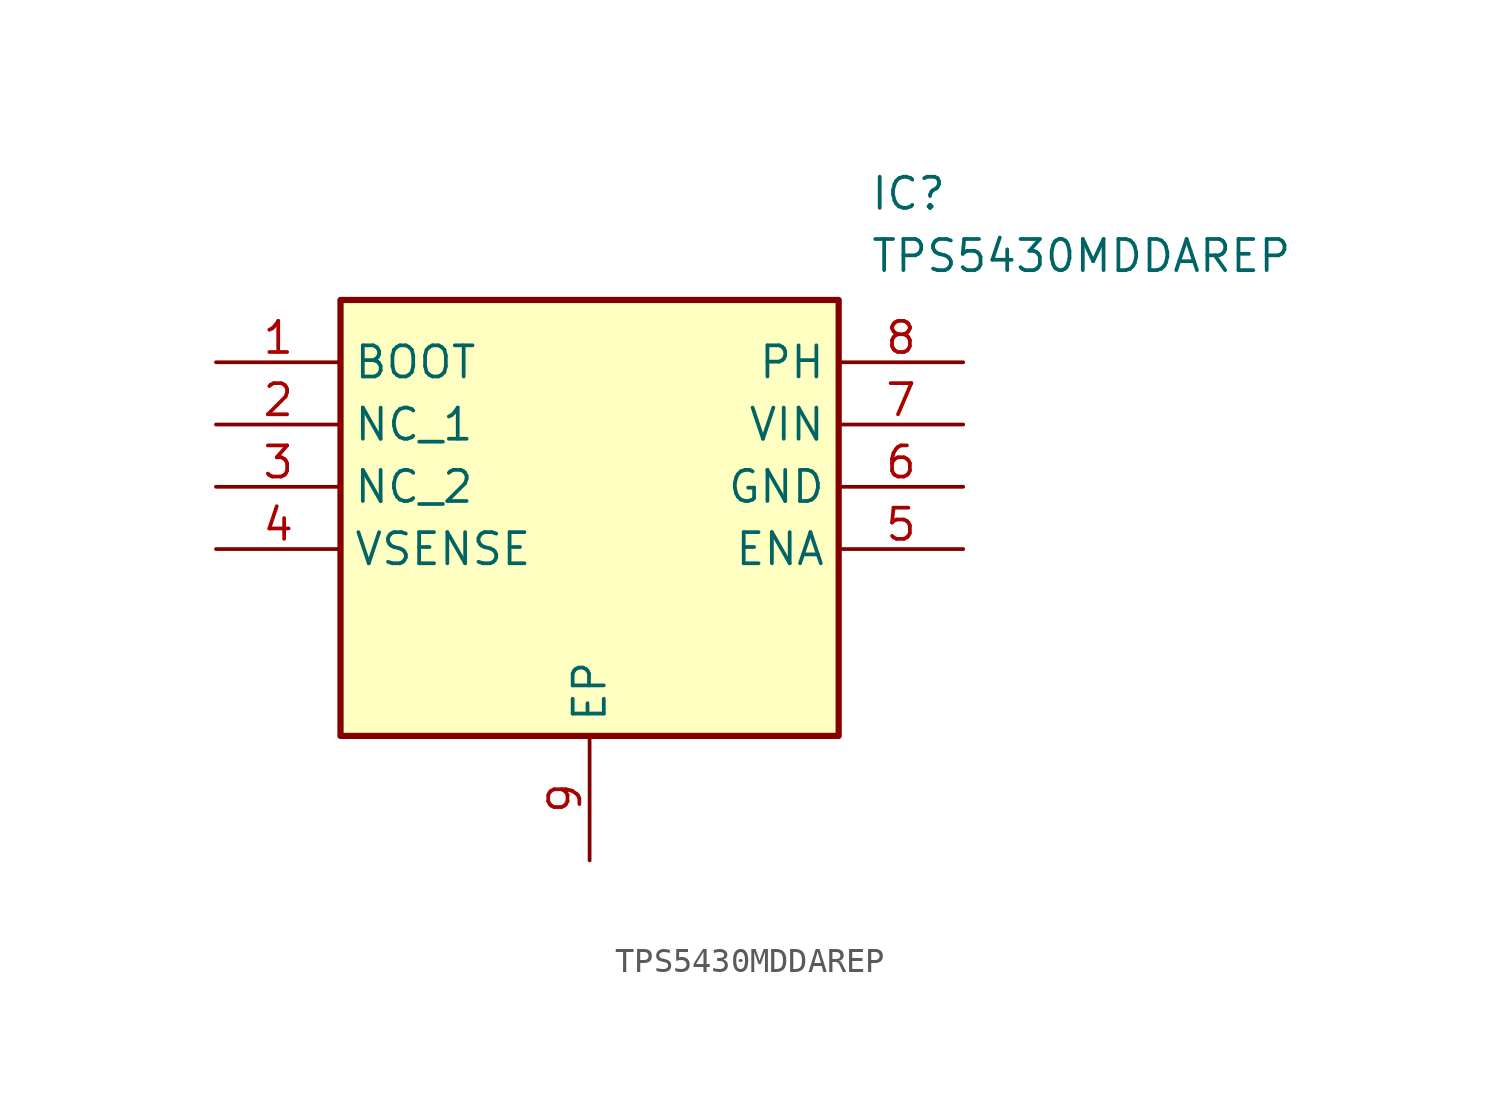
<source format=kicad_sym>
(kicad_symbol_lib
  (version 20211014)
  (generator SamacSys_ECAD_Model)
  (symbol "TPS5430MDDAREP"
    (property "Reference" "IC"
      (at 26.67 7.62 0)
      (effects (font (size 1.27 1.27)) (justify left top)))
    (property "Value" "TPS5430MDDAREP"
      (at 26.67 5.08 0)
      (effects (font (size 1.27 1.27)) (justify left top)))
    (rectangle
      (start 5.08 2.54)
      (end 25.4 -15.24)
      (stroke (width 0.254) (type default))
      (fill (type background)))
    (pin passive line
      (at 0 0 0)
      (length 5.08)
      (name "BOOT" (effects (font (size 1.27 1.27))))
      (number "1" (effects (font (size 1.27 1.27)))))
    (pin passive line
      (at 0 -2.54 0)
      (length 5.08)
      (name "NC_1" (effects (font (size 1.27 1.27))))
      (number "2" (effects (font (size 1.27 1.27)))))
    (pin passive line
      (at 0 -5.08 0)
      (length 5.08)
      (name "NC_2" (effects (font (size 1.27 1.27))))
      (number "3" (effects (font (size 1.27 1.27)))))
    (pin passive line
      (at 0 -7.62 0)
      (length 5.08)
      (name "VSENSE" (effects (font (size 1.27 1.27))))
      (number "4" (effects (font (size 1.27 1.27)))))
    (pin passive line
      (at 15.24 -20.32 90)
      (length 5.08)
      (name "EP" (effects (font (size 1.27 1.27))))
      (number "9" (effects (font (size 1.27 1.27)))))
    (pin passive line
      (at 30.48 0 180)
      (length 5.08)
      (name "PH" (effects (font (size 1.27 1.27))))
      (number "8" (effects (font (size 1.27 1.27)))))
    (pin passive line
      (at 30.48 -2.54 180)
      (length 5.08)
      (name "VIN" (effects (font (size 1.27 1.27))))
      (number "7" (effects (font (size 1.27 1.27)))))
    (pin passive line
      (at 30.48 -5.08 180)
      (length 5.08)
      (name "GND" (effects (font (size 1.27 1.27))))
      (number "6" (effects (font (size 1.27 1.27)))))
    (pin passive line
      (at 30.48 -7.62 180)
      (length 5.08)
      (name "ENA" (effects (font (size 1.27 1.27))))
      (number "5" (effects (font (size 1.27 1.27)))))))
</source>
